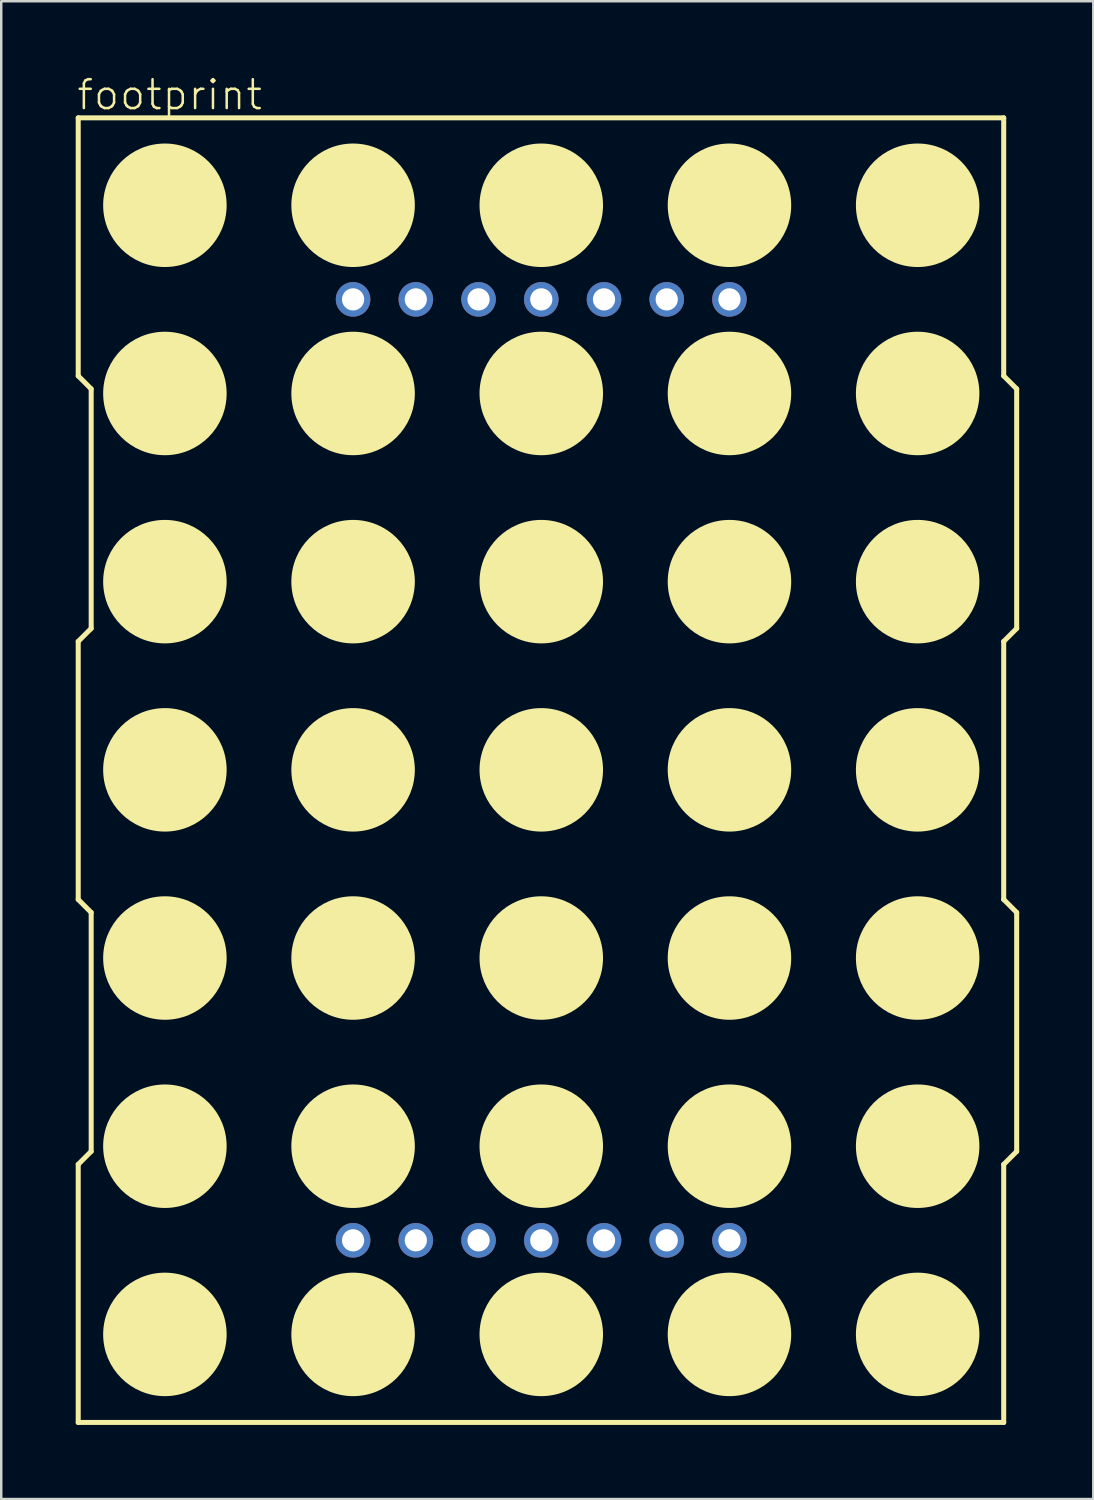
<source format=kicad_pcb>
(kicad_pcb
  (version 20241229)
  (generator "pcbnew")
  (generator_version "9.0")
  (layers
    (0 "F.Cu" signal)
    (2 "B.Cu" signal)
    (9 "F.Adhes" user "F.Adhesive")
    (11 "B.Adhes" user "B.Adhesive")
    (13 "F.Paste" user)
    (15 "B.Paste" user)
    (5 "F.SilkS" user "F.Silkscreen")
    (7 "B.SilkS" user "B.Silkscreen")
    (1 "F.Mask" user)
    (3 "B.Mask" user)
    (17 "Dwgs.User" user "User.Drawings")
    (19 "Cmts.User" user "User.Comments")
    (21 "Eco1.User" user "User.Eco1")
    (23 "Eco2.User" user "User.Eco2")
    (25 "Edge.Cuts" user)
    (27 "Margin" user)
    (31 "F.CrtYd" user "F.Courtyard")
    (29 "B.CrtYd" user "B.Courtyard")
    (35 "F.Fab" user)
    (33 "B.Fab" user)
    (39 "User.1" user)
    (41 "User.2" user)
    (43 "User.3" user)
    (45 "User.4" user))
  (footprint "footprint"
    (layer "F.Cu")
    (at 18.867 28.122)
    (property "Reference" "footprint" (at -18.867 -26.649 0) (layer "F.SilkS") (effects (font (size 1.168 1.168) (thickness 0.102)) (justify left bottom)))
    (fp_line (start -18.75 -26.4) (end -18.75 -15.95) (stroke (width 0.203) (type solid)) (layer "F.SilkS"))
    (fp_line (start -18.75 -26.4) (end 18.725 -26.4) (stroke (width 0.203) (type solid)) (layer "F.SilkS"))
    (fp_line (start -18.75 -15.95) (end -18.225 -15.425) (stroke (width 0.203) (type solid)) (layer "F.SilkS"))
    (fp_line (start -18.75 -5.2) (end -18.75 5.25) (stroke (width 0.203) (type solid)) (layer "F.SilkS"))
    (fp_line (start -18.75 5.25) (end -18.225 5.775) (stroke (width 0.203) (type solid)) (layer "F.SilkS"))
    (fp_line (start -18.75 15.975) (end -18.75 26.425) (stroke (width 0.203) (type solid)) (layer "F.SilkS"))
    (fp_line (start -18.75 26.425) (end 18.725 26.425) (stroke (width 0.203) (type solid)) (layer "F.SilkS"))
    (fp_line (start -18.225 -15.425) (end -18.225 -5.725) (stroke (width 0.203) (type solid)) (layer "F.SilkS"))
    (fp_line (start -18.225 -5.725) (end -18.75 -5.2) (stroke (width 0.203) (type solid)) (layer "F.SilkS"))
    (fp_line (start -18.225 5.775) (end -18.225 15.45) (stroke (width 0.203) (type solid)) (layer "F.SilkS"))
    (fp_line (start -18.225 15.45) (end -18.75 15.975) (stroke (width 0.203) (type solid)) (layer "F.SilkS"))
    (fp_line (start 18.725 -26.4) (end 18.725 -15.95) (stroke (width 0.203) (type solid)) (layer "F.SilkS"))
    (fp_line (start 18.725 -15.95) (end 19.25 -15.425) (stroke (width 0.203) (type solid)) (layer "F.SilkS"))
    (fp_line (start 18.725 -5.2) (end 18.725 5.25) (stroke (width 0.203) (type solid)) (layer "F.SilkS"))
    (fp_line (start 18.725 5.25) (end 19.25 5.775) (stroke (width 0.203) (type solid)) (layer "F.SilkS"))
    (fp_line (start 18.725 15.975) (end 18.725 26.425) (stroke (width 0.203) (type solid)) (layer "F.SilkS"))
    (fp_line (start 19.25 -15.425) (end 19.25 -5.725) (stroke (width 0.203) (type solid)) (layer "F.SilkS"))
    (fp_line (start 19.25 -5.725) (end 18.725 -5.2) (stroke (width 0.203) (type solid)) (layer "F.SilkS"))
    (fp_line (start 19.25 5.775) (end 19.25 15.45) (stroke (width 0.203) (type solid)) (layer "F.SilkS"))
    (fp_line (start 19.25 15.45) (end 18.725 15.975) (stroke (width 0.203) (type solid)) (layer "F.SilkS"))
    (fp_circle (center -15.24 -22.86) (end -13.99 -22.86) (stroke (width 2.5) (type solid)) (fill yes) (layer "F.SilkS"))
    (fp_circle (center -15.24 -15.24) (end -13.99 -15.24) (stroke (width 2.5) (type solid)) (fill yes) (layer "F.SilkS"))
    (fp_circle (center -15.24 -7.62) (end -13.99 -7.62) (stroke (width 2.5) (type solid)) (fill yes) (layer "F.SilkS"))
    (fp_circle (center -15.24 0) (end -13.99 0) (stroke (width 2.5) (type solid)) (fill yes) (layer "F.SilkS"))
    (fp_circle (center -15.24 7.62) (end -13.99 7.62) (stroke (width 2.5) (type solid)) (fill yes) (layer "F.SilkS"))
    (fp_circle (center -15.24 15.24) (end -13.99 15.24) (stroke (width 2.5) (type solid)) (fill yes) (layer "F.SilkS"))
    (fp_circle (center -15.24 22.86) (end -13.99 22.86) (stroke (width 2.5) (type solid)) (fill yes) (layer "F.SilkS"))
    (fp_circle (center -7.62 -22.86) (end -6.37 -22.86) (stroke (width 2.5) (type solid)) (fill yes) (layer "F.SilkS"))
    (fp_circle (center -7.62 -15.24) (end -6.37 -15.24) (stroke (width 2.5) (type solid)) (fill yes) (layer "F.SilkS"))
    (fp_circle (center -7.62 -7.62) (end -6.37 -7.62) (stroke (width 2.5) (type solid)) (fill yes) (layer "F.SilkS"))
    (fp_circle (center -7.62 0) (end -6.37 0) (stroke (width 2.5) (type solid)) (fill yes) (layer "F.SilkS"))
    (fp_circle (center -7.62 7.62) (end -6.37 7.62) (stroke (width 2.5) (type solid)) (fill yes) (layer "F.SilkS"))
    (fp_circle (center -7.62 15.24) (end -6.37 15.24) (stroke (width 2.5) (type solid)) (fill yes) (layer "F.SilkS"))
    (fp_circle (center -7.62 22.86) (end -6.37 22.86) (stroke (width 2.5) (type solid)) (fill yes) (layer "F.SilkS"))
    (fp_circle (center 0 -22.86) (end 1.25 -22.86) (stroke (width 2.5) (type solid)) (fill yes) (layer "F.SilkS"))
    (fp_circle (center 0 -15.24) (end 1.25 -15.24) (stroke (width 2.5) (type solid)) (fill yes) (layer "F.SilkS"))
    (fp_circle (center 0 -7.62) (end 1.25 -7.62) (stroke (width 2.5) (type solid)) (fill yes) (layer "F.SilkS"))
    (fp_circle (center 0 0) (end 1.25 0) (stroke (width 2.5) (type solid)) (fill yes) (layer "F.SilkS"))
    (fp_circle (center 0 7.62) (end 1.25 7.62) (stroke (width 2.5) (type solid)) (fill yes) (layer "F.SilkS"))
    (fp_circle (center 0 15.24) (end 1.25 15.24) (stroke (width 2.5) (type solid)) (fill yes) (layer "F.SilkS"))
    (fp_circle (center 0 22.86) (end 1.25 22.86) (stroke (width 2.5) (type solid)) (fill yes) (layer "F.SilkS"))
    (fp_circle (center 7.62 -22.86) (end 8.87 -22.86) (stroke (width 2.5) (type solid)) (fill yes) (layer "F.SilkS"))
    (fp_circle (center 7.62 -15.24) (end 8.87 -15.24) (stroke (width 2.5) (type solid)) (fill yes) (layer "F.SilkS"))
    (fp_circle (center 7.62 -7.62) (end 8.87 -7.62) (stroke (width 2.5) (type solid)) (fill yes) (layer "F.SilkS"))
    (fp_circle (center 7.62 0) (end 8.87 0) (stroke (width 2.5) (type solid)) (fill yes) (layer "F.SilkS"))
    (fp_circle (center 7.62 7.62) (end 8.87 7.62) (stroke (width 2.5) (type solid)) (fill yes) (layer "F.SilkS"))
    (fp_circle (center 7.62 15.24) (end 8.87 15.24) (stroke (width 2.5) (type solid)) (fill yes) (layer "F.SilkS"))
    (fp_circle (center 7.62 22.86) (end 8.87 22.86) (stroke (width 2.5) (type solid)) (fill yes) (layer "F.SilkS"))
    (fp_circle (center 15.24 -22.86) (end 16.49 -22.86) (stroke (width 2.5) (type solid)) (fill yes) (layer "F.SilkS"))
    (fp_circle (center 15.24 -15.24) (end 16.49 -15.24) (stroke (width 2.5) (type solid)) (fill yes) (layer "F.SilkS"))
    (fp_circle (center 15.24 -7.62) (end 16.49 -7.62) (stroke (width 2.5) (type solid)) (fill yes) (layer "F.SilkS"))
    (fp_circle (center 15.24 0) (end 16.49 0) (stroke (width 2.5) (type solid)) (fill yes) (layer "F.SilkS"))
    (fp_circle (center 15.24 7.62) (end 16.49 7.62) (stroke (width 2.5) (type solid)) (fill yes) (layer "F.SilkS"))
    (fp_circle (center 15.24 15.24) (end 16.49 15.24) (stroke (width 2.5) (type solid)) (fill yes) (layer "F.SilkS"))
    (fp_circle (center 15.24 22.86) (end 16.49 22.86) (stroke (width 2.5) (type solid)) (fill yes) (layer "F.SilkS"))
    (pad "1" thru_hole circle (at -7.62 19.05) (size 1.4 1.4) (drill 0.9) (layers "*.Cu" "*.Mask"))
    (pad "2" thru_hole circle (at -5.08 19.05) (size 1.4 1.4) (drill 0.9) (layers "*.Cu" "*.Mask"))
    (pad "3" thru_hole circle (at -2.54 19.05) (size 1.4 1.4) (drill 0.9) (layers "*.Cu" "*.Mask"))
    (pad "4" thru_hole circle (at 0 19.05) (size 1.4 1.4) (drill 0.9) (layers "*.Cu" "*.Mask"))
    (pad "5" thru_hole circle (at 2.54 19.05) (size 1.4 1.4) (drill 0.9) (layers "*.Cu" "*.Mask"))
    (pad "6" thru_hole circle (at 5.08 19.05) (size 1.4 1.4) (drill 0.9) (layers "*.Cu" "*.Mask"))
    (pad "7" thru_hole circle (at 7.62 19.05) (size 1.4 1.4) (drill 0.9) (layers "*.Cu" "*.Mask"))
    (pad "8" thru_hole circle (at 7.62 -19.05 180) (size 1.4 1.4) (drill 0.9) (layers "*.Cu" "*.Mask"))
    (pad "9" thru_hole circle (at 5.08 -19.05 180) (size 1.4 1.4) (drill 0.9) (layers "*.Cu" "*.Mask"))
    (pad "10" thru_hole circle (at 2.54 -19.05 180) (size 1.4 1.4) (drill 0.9) (layers "*.Cu" "*.Mask"))
    (pad "11" thru_hole circle (at 0 -19.05 180) (size 1.4 1.4) (drill 0.9) (layers "*.Cu" "*.Mask"))
    (pad "12" thru_hole circle (at -2.54 -19.05 180) (size 1.4 1.4) (drill 0.9) (layers "*.Cu" "*.Mask"))
    (pad "13" thru_hole circle (at -5.08 -19.05 180) (size 1.4 1.4) (drill 0.9) (layers "*.Cu" "*.Mask"))
    (pad "14" thru_hole circle (at -7.62 -19.05 180) (size 1.4 1.4) (drill 0.9) (layers "*.Cu" "*.Mask")))
  (gr_rect
    (start -3 -3)
    (end 41.219 57.648)
    (stroke (width 0.1) (type default))
    (fill no)
    (layer "Edge.Cuts")))
</source>
